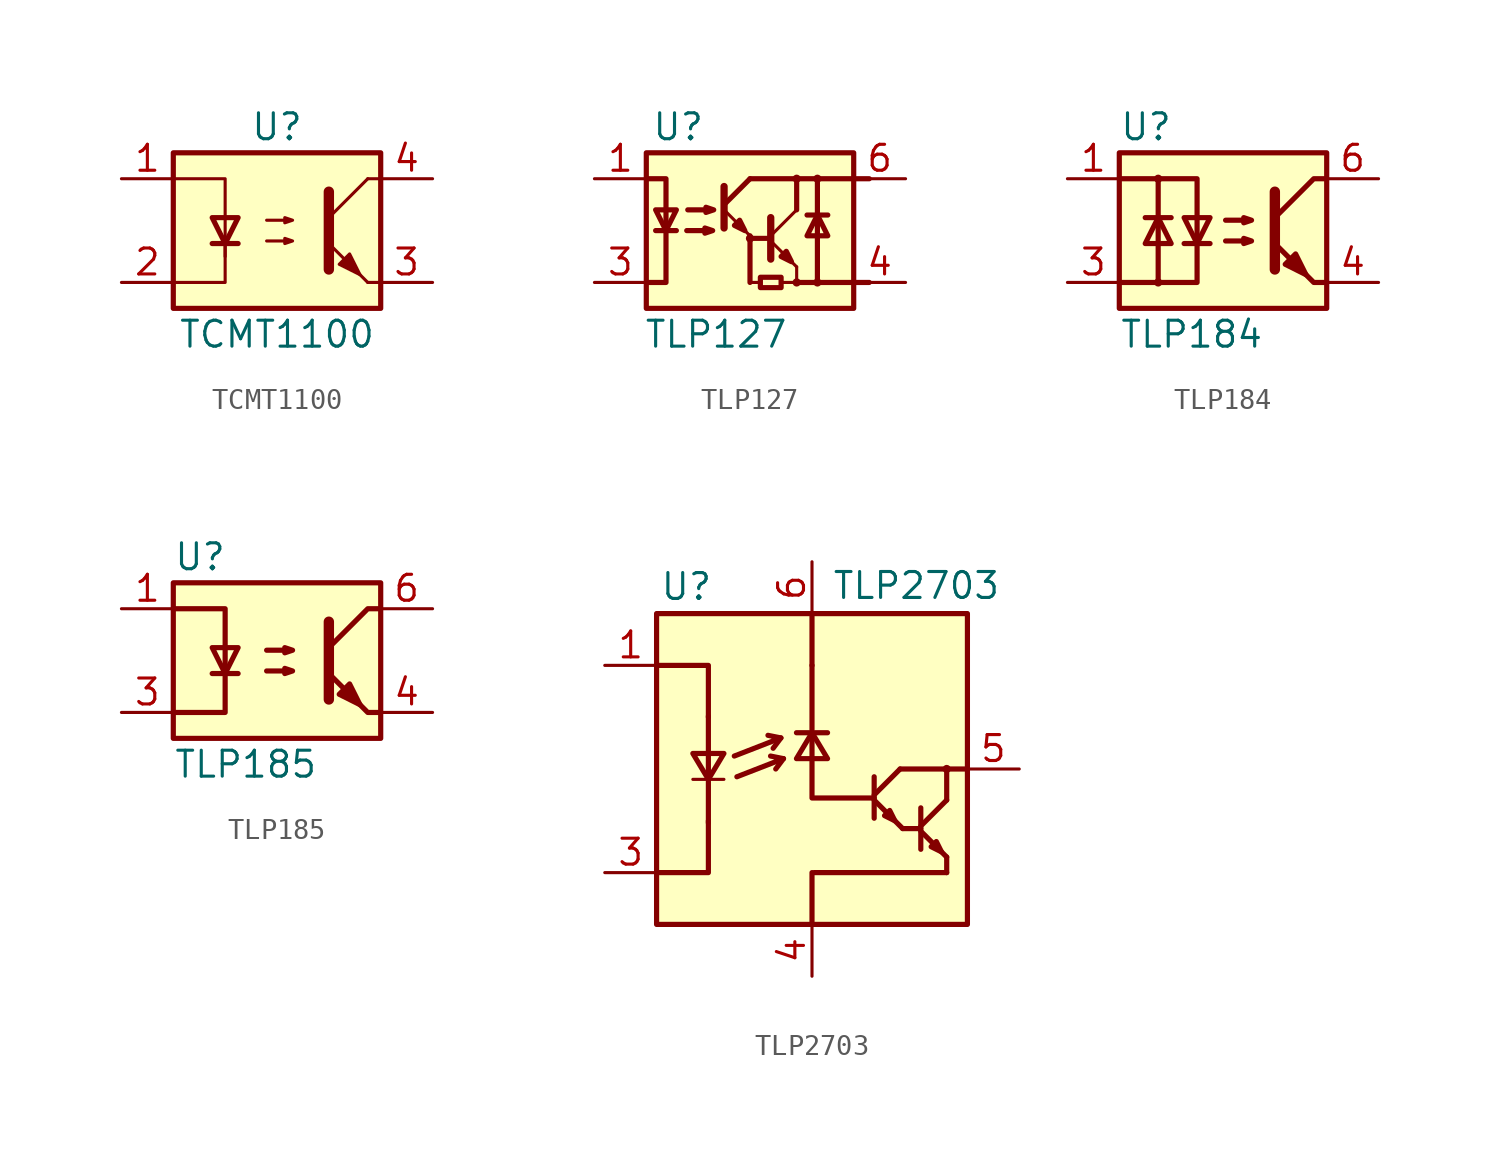
<source format=kicad_sym>
(kicad_symbol_lib
  (version 20201005)
  (generator kicad_symbol_editor)
  (symbol "Isolator_Optocoupler:TCMT1100"
    (property "Reference" "U"
      (at 0 5.08 0)
      (effects (font (size 1.27 1.27))))
    (property "Value" "TCMT1100"
      (at 0 -5.08 0)
      (effects (font (size 1.27 1.27))))
    (symbol "TCMT1100_1_1"
      (rectangle (start -5.08 3.81) (end 5.08 -3.81) (stroke (width 0.254)) (fill (type background)))
      (polyline (pts (xy -3.175 -0.635) (xy -1.905 -0.635)) (stroke (width 0.254)) (fill (type none)))
      (polyline (pts (xy 2.54 0.635) (xy 4.445 2.54)) (stroke (width 0)) (fill (type none)))
      (polyline (pts (xy 4.445 -2.54) (xy 5.08 -2.54)) (stroke (width 0)) (fill (type none)))
      (polyline (pts (xy 4.445 2.54) (xy 5.08 2.54)) (stroke (width 0)) (fill (type none)))
      (polyline (pts (xy -2.54 -0.635) (xy -2.54 -2.54) (xy -5.08 -2.54)) (stroke (width 0)) (fill (type none)))
      (polyline (pts (xy 2.54 1.905) (xy 2.54 -1.905) (xy 2.54 -1.905)) (stroke (width 0.508)) (fill (type none)))
      (polyline (pts (xy -5.08 2.54) (xy -2.54 2.54) (xy -2.54 -1.27) (xy -2.54 0.635)) (stroke (width 0)) (fill (type none)))
      (polyline (pts (xy -2.54 -0.635) (xy -3.175 0.635) (xy -1.905 0.635) (xy -2.54 -0.635)) (stroke (width 0.254)) (fill (type none)))
      (polyline (pts (xy -0.508 -0.508) (xy 0.762 -0.508) (xy 0.381 -0.635) (xy 0.381 -0.381) (xy 0.762 -0.508)) (stroke (width 0)) (fill (type none)))
      (polyline (pts (xy -0.508 0.508) (xy 0.762 0.508) (xy 0.381 0.381) (xy 0.381 0.635) (xy 0.762 0.508)) (stroke (width 0)) (fill (type none)))
      (polyline (pts (xy 4.445 -2.54) (xy 2.54 -0.635)) (stroke (width 0)) (fill (type outline)))
      (polyline (pts (xy 3.048 -1.651) (xy 3.556 -1.143) (xy 4.064 -2.159) (xy 3.048 -1.651) (xy 3.048 -1.651)) (stroke (width 0)) (fill (type outline)))
      (pin passive line (at -7.62 2.54 0) (length 2.54) (name "~" (effects (font (size 1.27 1.27)))) (number "1" (effects (font (size 1.27 1.27)))))
      (pin passive line (at -7.62 -2.54 0) (length 2.54) (name "~" (effects (font (size 1.27 1.27)))) (number "2" (effects (font (size 1.27 1.27)))))
      (pin passive line (at 7.62 -2.54 180) (length 2.54) (name "~" (effects (font (size 1.27 1.27)))) (number "3" (effects (font (size 1.27 1.27)))))
      (pin passive line (at 7.62 2.54 180) (length 2.54) (name "~" (effects (font (size 1.27 1.27)))) (number "4" (effects (font (size 1.27 1.27)))))))
  (symbol "Isolator_Optocoupler:TLP127"
    (property "Reference" "U"
      (at -4.826 5.08 0)
      (effects (font (size 1.27 1.27)) (justify left)))
    (property "Value" "TLP127"
      (at -5.207 -5.08 0)
      (effects (font (size 1.27 1.27)) (justify left)))
    (symbol "TLP127_0_1"
      (circle (center 0 -0.381) (radius 0.127) (stroke (width 0)) (fill (type none)))
      (circle (center 2.286 -2.54) (radius 0.127) (stroke (width 0)) (fill (type none)))
      (circle (center 2.286 2.54) (radius 0.127) (stroke (width 0)) (fill (type none)))
      (circle (center 3.302 -2.54) (radius 0.127) (stroke (width 0)) (fill (type none)))
      (circle (center 3.302 2.54) (radius 0.127) (stroke (width 0)) (fill (type none)))
      (rectangle (start 0 -2.54) (end 0.508 -2.54) (stroke (width 0)) (fill (type none)))
      (rectangle (start 0 -0.254) (end 0 -2.54) (stroke (width 0.254)) (fill (type none)))
      (rectangle (start 0.508 -2.286) (end 1.524 -2.794) (stroke (width 0.254)) (fill (type none)))
      (rectangle (start 1.524 -2.54) (end 2.286 -2.54) (stroke (width 0)) (fill (type none)))
      (rectangle (start -5.08 3.81) (end 5.08 -3.81) (stroke (width 0.254)) (fill (type background)))
      (polyline (pts (xy -4.623 0) (xy -3.607 0)) (stroke (width 0.254)) (fill (type none)))
      (polyline (pts (xy -1.27 1.016) (xy 0 -0.254)) (stroke (width 0)) (fill (type none)))
      (polyline (pts (xy -1.27 1.27) (xy 0 2.54)) (stroke (width 0.254)) (fill (type none)))
      (polyline (pts (xy -1.27 2.159) (xy -1.27 0.127)) (stroke (width 0.356)) (fill (type none)))
      (polyline (pts (xy 0 2.54) (xy 5.842 2.54)) (stroke (width 0.254)) (fill (type none)))
      (polyline (pts (xy 1.016 -0.508) (xy 2.286 -1.778)) (stroke (width 0)) (fill (type none)))
      (polyline (pts (xy 1.016 -0.381) (xy 0 -0.381)) (stroke (width 0.254)) (fill (type none)))
      (polyline (pts (xy 1.016 -0.254) (xy 2.286 1.016)) (stroke (width 0)) (fill (type none)))
      (polyline (pts (xy 2.286 -2.54) (xy 5.842 -2.54)) (stroke (width 0.254)) (fill (type none)))
      (polyline (pts (xy 2.286 -1.778) (xy 2.286 -2.54)) (stroke (width 0)) (fill (type none)))
      (polyline (pts (xy 2.286 1.016) (xy 2.286 2.54)) (stroke (width 0.254)) (fill (type none)))
      (polyline (pts (xy 2.794 0.762) (xy 3.81 0.762)) (stroke (width 0.254)) (fill (type none)))
      (polyline (pts (xy 3.302 -2.54) (xy 3.302 2.54)) (stroke (width 0.254)) (fill (type none)))
      (polyline (pts (xy 3.302 0.635) (xy 3.302 2.54)) (stroke (width 0)) (fill (type none)))
      (polyline (pts (xy 1.016 0.635) (xy 1.016 -1.397) (xy 1.016 -1.397)) (stroke (width 0.356)) (fill (type none)))
      (polyline (pts (xy -5.08 2.54) (xy -4.115 2.54) (xy -4.115 -2.54) (xy -5.08 -2.54)) (stroke (width 0.254)) (fill (type none)))
      (polyline (pts (xy -4.115 0) (xy -3.607 1.016) (xy -4.623 1.016) (xy -4.115 0)) (stroke (width 0.254)) (fill (type none)))
      (polyline (pts (xy -0.254 0) (xy -0.508 0.508) (xy -0.762 0.254) (xy -0.254 0)) (stroke (width 0.254)) (fill (type none)))
      (polyline (pts (xy 2.032 -1.524) (xy 1.778 -1.016) (xy 1.524 -1.27) (xy 2.032 -1.524)) (stroke (width 0.254)) (fill (type none)))
      (polyline (pts (xy 3.302 0.762) (xy 2.794 -0.254) (xy 3.81 -0.254) (xy 3.302 0.762)) (stroke (width 0.254)) (fill (type none)))
      (polyline (pts (xy -3.099 0) (xy -1.829 0) (xy -2.21 -0.127) (xy -2.21 0.127) (xy -1.829 0)) (stroke (width 0.254)) (fill (type none)))
      (polyline (pts (xy -3.048 1.016) (xy -1.778 1.016) (xy -2.159 0.889) (xy -2.159 1.143) (xy -1.778 1.016)) (stroke (width 0.254)) (fill (type none))))
    (symbol "TLP127_1_1"
      (pin passive line (at -7.62 2.54 0) (length 2.54) (name "~" (effects (font (size 1.27 1.27)))) (number "1" (effects (font (size 1.27 1.27)))))
      (pin passive line (at -7.62 -2.54 0) (length 2.54) (name "~" (effects (font (size 1.27 1.27)))) (number "3" (effects (font (size 1.27 1.27)))))
      (pin passive line (at 7.62 -2.54 180) (length 2.54) (name "~" (effects (font (size 1.27 1.27)))) (number "4" (effects (font (size 1.27 1.27)))))
      (pin open_collector line (at 7.62 2.54 180) (length 2.54) (name "~" (effects (font (size 1.27 1.27)))) (number "6" (effects (font (size 1.27 1.27)))))))
  (symbol "Isolator_Optocoupler:TLP184"
    (property "Reference" "U"
      (at -5.08 5.08 0)
      (effects (font (size 1.27 1.27)) (justify left)))
    (property "Value" "TLP184"
      (at -5.08 -5.08 0)
      (effects (font (size 1.27 1.27)) (justify left)))
    (symbol "TLP184_0_1"
      (circle (center -3.175 -2.54) (radius 0.127) (stroke (width 0)) (fill (type none)))
      (circle (center -3.175 2.54) (radius 0.127) (stroke (width 0)) (fill (type none)))
      (rectangle (start -5.08 3.81) (end 5.08 -3.81) (stroke (width 0.254)) (fill (type background)))
      (polyline (pts (xy -3.81 0.635) (xy -2.54 0.635)) (stroke (width 0.254)) (fill (type none)))
      (polyline (pts (xy -1.905 -0.635) (xy -0.635 -0.635)) (stroke (width 0.254)) (fill (type none)))
      (polyline (pts (xy 2.54 1.905) (xy 2.54 -1.905) (xy 2.54 -1.905)) (stroke (width 0.508)) (fill (type none)))
      (polyline (pts (xy 5.08 -2.54) (xy 4.445 -2.54) (xy 2.54 -0.635)) (stroke (width 0.254)) (fill (type none)))
      (polyline (pts (xy 5.08 2.54) (xy 4.445 2.54) (xy 2.54 0.635)) (stroke (width 0.254)) (fill (type none)))
      (polyline (pts (xy -5.08 2.54) (xy -3.175 2.54) (xy -3.175 -2.54) (xy -5.08 -2.54)) (stroke (width 0.254)) (fill (type none)))
      (polyline (pts (xy -3.175 -2.54) (xy -1.27 -2.54) (xy -1.27 2.54) (xy -3.175 2.54)) (stroke (width 0.254)) (fill (type none)))
      (polyline (pts (xy -3.175 0.635) (xy -3.81 -0.635) (xy -2.54 -0.635) (xy -3.175 0.635)) (stroke (width 0.254)) (fill (type none)))
      (polyline (pts (xy -1.27 -0.635) (xy -1.905 0.635) (xy -0.635 0.635) (xy -1.27 -0.635)) (stroke (width 0.254)) (fill (type none)))
      (polyline (pts (xy 0.127 -0.508) (xy 1.397 -0.508) (xy 1.016 -0.635) (xy 1.016 -0.381) (xy 1.397 -0.508)) (stroke (width 0.254)) (fill (type none)))
      (polyline (pts (xy 0.127 0.508) (xy 1.397 0.508) (xy 1.016 0.381) (xy 1.016 0.635) (xy 1.397 0.508)) (stroke (width 0.254)) (fill (type none)))
      (polyline (pts (xy 3.048 -1.651) (xy 3.556 -1.143) (xy 4.064 -2.159) (xy 3.048 -1.651) (xy 3.048 -1.651)) (stroke (width 0.254)) (fill (type outline))))
    (symbol "TLP184_1_1"
      (pin passive line (at -7.62 2.54 0) (length 2.54) (name "~" (effects (font (size 1.27 1.27)))) (number "1" (effects (font (size 1.27 1.27)))))
      (pin passive line (at -7.62 -2.54 0) (length 2.54) (name "~" (effects (font (size 1.27 1.27)))) (number "3" (effects (font (size 1.27 1.27)))))
      (pin passive line (at 7.62 -2.54 180) (length 2.54) (name "~" (effects (font (size 1.27 1.27)))) (number "4" (effects (font (size 1.27 1.27)))))
      (pin passive line (at 7.62 2.54 180) (length 2.54) (name "~" (effects (font (size 1.27 1.27)))) (number "6" (effects (font (size 1.27 1.27)))))))
  (symbol "Isolator_Optocoupler:TLP185"
    (property "Reference" "U"
      (at -5.08 5.08 0)
      (effects (font (size 1.27 1.27)) (justify left)))
    (property "Value" "TLP185"
      (at -5.08 -5.08 0)
      (effects (font (size 1.27 1.27)) (justify left)))
    (symbol "TLP185_0_1"
      (rectangle (start -5.08 3.81) (end 5.08 -3.81) (stroke (width 0.254)) (fill (type background)))
      (polyline (pts (xy -3.175 -0.635) (xy -1.905 -0.635)) (stroke (width 0.254)) (fill (type none)))
      (polyline (pts (xy 2.54 1.905) (xy 2.54 -1.905) (xy 2.54 -1.905)) (stroke (width 0.508)) (fill (type none)))
      (polyline (pts (xy 5.08 -2.54) (xy 4.445 -2.54) (xy 2.54 -0.635)) (stroke (width 0.254)) (fill (type none)))
      (polyline (pts (xy 5.08 2.54) (xy 4.445 2.54) (xy 2.54 0.635)) (stroke (width 0.254)) (fill (type none)))
      (polyline (pts (xy -5.08 -2.54) (xy -2.54 -2.54) (xy -2.54 2.54) (xy -5.08 2.54)) (stroke (width 0.254)) (fill (type none)))
      (polyline (pts (xy -2.54 -0.635) (xy -3.175 0.635) (xy -1.905 0.635) (xy -2.54 -0.635)) (stroke (width 0.254)) (fill (type none)))
      (polyline (pts (xy -0.508 -0.508) (xy 0.762 -0.508) (xy 0.381 -0.635) (xy 0.381 -0.381) (xy 0.762 -0.508)) (stroke (width 0.254)) (fill (type none)))
      (polyline (pts (xy -0.508 0.508) (xy 0.762 0.508) (xy 0.381 0.381) (xy 0.381 0.635) (xy 0.762 0.508)) (stroke (width 0.254)) (fill (type none)))
      (polyline (pts (xy 3.048 -1.651) (xy 3.556 -1.143) (xy 4.064 -2.159) (xy 3.048 -1.651) (xy 3.048 -1.651)) (stroke (width 0.254)) (fill (type outline))))
    (symbol "TLP185_1_1"
      (pin passive line (at -7.62 2.54 0) (length 2.54) (name "~" (effects (font (size 1.27 1.27)))) (number "1" (effects (font (size 1.27 1.27)))))
      (pin passive line (at -7.62 -2.54 0) (length 2.54) (name "~" (effects (font (size 1.27 1.27)))) (number "3" (effects (font (size 1.27 1.27)))))
      (pin passive line (at 7.62 -2.54 180) (length 2.54) (name "~" (effects (font (size 1.27 1.27)))) (number "4" (effects (font (size 1.27 1.27)))))
      (pin passive line (at 7.62 2.54 180) (length 2.54) (name "~" (effects (font (size 1.27 1.27)))) (number "6" (effects (font (size 1.27 1.27)))))))
  (symbol "Isolator_Optocoupler:TLP2703"
    (pin_names
      (offset 1.016) hide)
    (property "Reference" "U"
      (at -7.468 8.941 0)
      (effects (font (size 1.27 1.27)) (justify left)))
    (property "Value" "TLP2703"
      (at 0.965 8.992 0)
      (effects (font (size 1.27 1.27)) (justify left)))
    (symbol "TLP2703_0_1"
      (circle (center 6.604 0) (radius 0.127) (stroke (width 0)) (fill (type none)))
      (rectangle (start -7.62 7.62) (end 7.62 -7.62) (stroke (width 0.254)) (fill (type background)))
      (polyline (pts (xy -5.842 -0.508) (xy -4.318 -0.508)) (stroke (width 0)) (fill (type none)))
      (polyline (pts (xy -5.08 -2.642) (xy -5.08 -0.61)) (stroke (width 0.254)) (fill (type none)))
      (polyline (pts (xy -5.08 0.762) (xy -5.08 -0.508)) (stroke (width 0.254)) (fill (type none)))
      (polyline (pts (xy -5.08 2.591) (xy -5.08 0.864)) (stroke (width 0.254)) (fill (type none)))
      (polyline (pts (xy -1.524 1.524) (xy -1.905 1.016)) (stroke (width 0.254)) (fill (type none)))
      (polyline (pts (xy -1.397 0.508) (xy -1.778 0)) (stroke (width 0.254)) (fill (type none)))
      (polyline (pts (xy -0.762 1.778) (xy 0.762 1.778)) (stroke (width 0.254)) (fill (type none)))
      (polyline (pts (xy 0 -7.62) (xy 0 -5.08)) (stroke (width 0.254)) (fill (type none)))
      (polyline (pts (xy 0 1.778) (xy 0 0.508)) (stroke (width 0.254)) (fill (type none)))
      (polyline (pts (xy 0 1.93) (xy 0 5.08)) (stroke (width 0.254)) (fill (type none)))
      (polyline (pts (xy 0 7.62) (xy 0 5.08)) (stroke (width 0.254)) (fill (type none)))
      (polyline (pts (xy 0.102 -5.08) (xy 6.604 -5.08)) (stroke (width 0.254)) (fill (type none)))
      (polyline (pts (xy 3.048 -1.524) (xy 4.445 -2.921)) (stroke (width 0.254)) (fill (type none)))
      (polyline (pts (xy 3.048 -1.27) (xy 4.318 0)) (stroke (width 0.254)) (fill (type none)))
      (polyline (pts (xy 3.048 -0.381) (xy 3.048 -2.413)) (stroke (width 0.254)) (fill (type none)))
      (polyline (pts (xy 4.318 0) (xy 7.62 0)) (stroke (width 0.254)) (fill (type none)))
      (polyline (pts (xy 5.334 -3.048) (xy 6.604 -4.318)) (stroke (width 0.254)) (fill (type none)))
      (polyline (pts (xy 5.334 -2.921) (xy 4.445 -2.921)) (stroke (width 0.254)) (fill (type none)))
      (polyline (pts (xy 5.334 -2.794) (xy 6.604 -1.524)) (stroke (width 0.254)) (fill (type none)))
      (polyline (pts (xy 6.604 -4.318) (xy 6.604 -5.08)) (stroke (width 0.254)) (fill (type none)))
      (polyline (pts (xy 6.604 -1.524) (xy 6.604 0)) (stroke (width 0.254)) (fill (type none)))
      (polyline (pts (xy -7.62 -5.08) (xy -5.08 -5.08) (xy -5.08 -2.54)) (stroke (width 0.254)) (fill (type none)))
      (polyline (pts (xy -7.62 5.08) (xy -5.08 5.08) (xy -5.08 2.54)) (stroke (width 0.254)) (fill (type none)))
      (polyline (pts (xy -3.81 0.635) (xy -1.524 1.524) (xy -2.159 1.651)) (stroke (width 0.254)) (fill (type none)))
      (polyline (pts (xy -3.683 -0.381) (xy -1.397 0.508) (xy -2.032 0.635)) (stroke (width 0.254)) (fill (type none)))
      (polyline (pts (xy 0 0.508) (xy 0 -1.422) (xy 3.048 -1.422)) (stroke (width 0.254)) (fill (type none)))
      (polyline (pts (xy 5.334 -1.905) (xy 5.334 -3.937) (xy 5.334 -3.937)) (stroke (width 0.254)) (fill (type none)))
      (polyline (pts (xy -5.842 0.762) (xy -4.318 0.762) (xy -5.08 -0.508) (xy -5.842 0.762)) (stroke (width 0.254)) (fill (type none)))
      (polyline (pts (xy 0 1.778) (xy -0.762 0.508) (xy 0.762 0.508) (xy 0 1.778)) (stroke (width 0.254)) (fill (type none)))
      (polyline (pts (xy 4.064 -2.54) (xy 3.81 -2.032) (xy 3.556 -2.286) (xy 4.064 -2.54)) (stroke (width 0.254)) (fill (type none)))
      (polyline (pts (xy 6.35 -4.064) (xy 6.096 -3.556) (xy 5.842 -3.81) (xy 6.35 -4.064)) (stroke (width 0.254)) (fill (type none))))
    (symbol "TLP2703_1_1"
      (pin passive line (at -10.16 5.08 0) (length 2.54) (name "A" (effects (font (size 1.27 1.27)))) (number "1" (effects (font (size 1.27 1.27)))))
      (pin no_connect line (at -7.62 0 0) (length 2.54) hide (name "NC" (effects (font (size 1.27 1.27)))) (number "2" (effects (font (size 1.27 1.27)))))
      (pin passive line (at -10.16 -5.08 0) (length 2.54) (name "K" (effects (font (size 1.27 1.27)))) (number "3" (effects (font (size 1.27 1.27)))))
      (pin power_in line (at 0 -10.16 90) (length 2.54) (name "GND" (effects (font (size 1.27 1.27)))) (number "4" (effects (font (size 1.27 1.27)))))
      (pin open_collector line (at 10.16 0 180) (length 2.54) (name "Out" (effects (font (size 1.27 1.27)))) (number "5" (effects (font (size 1.27 1.27)))))
      (pin power_in line (at 0 10.16 270) (length 2.54) (name "VCC" (effects (font (size 1.27 1.27)))) (number "6" (effects (font (size 1.27 1.27))))))))
</source>
